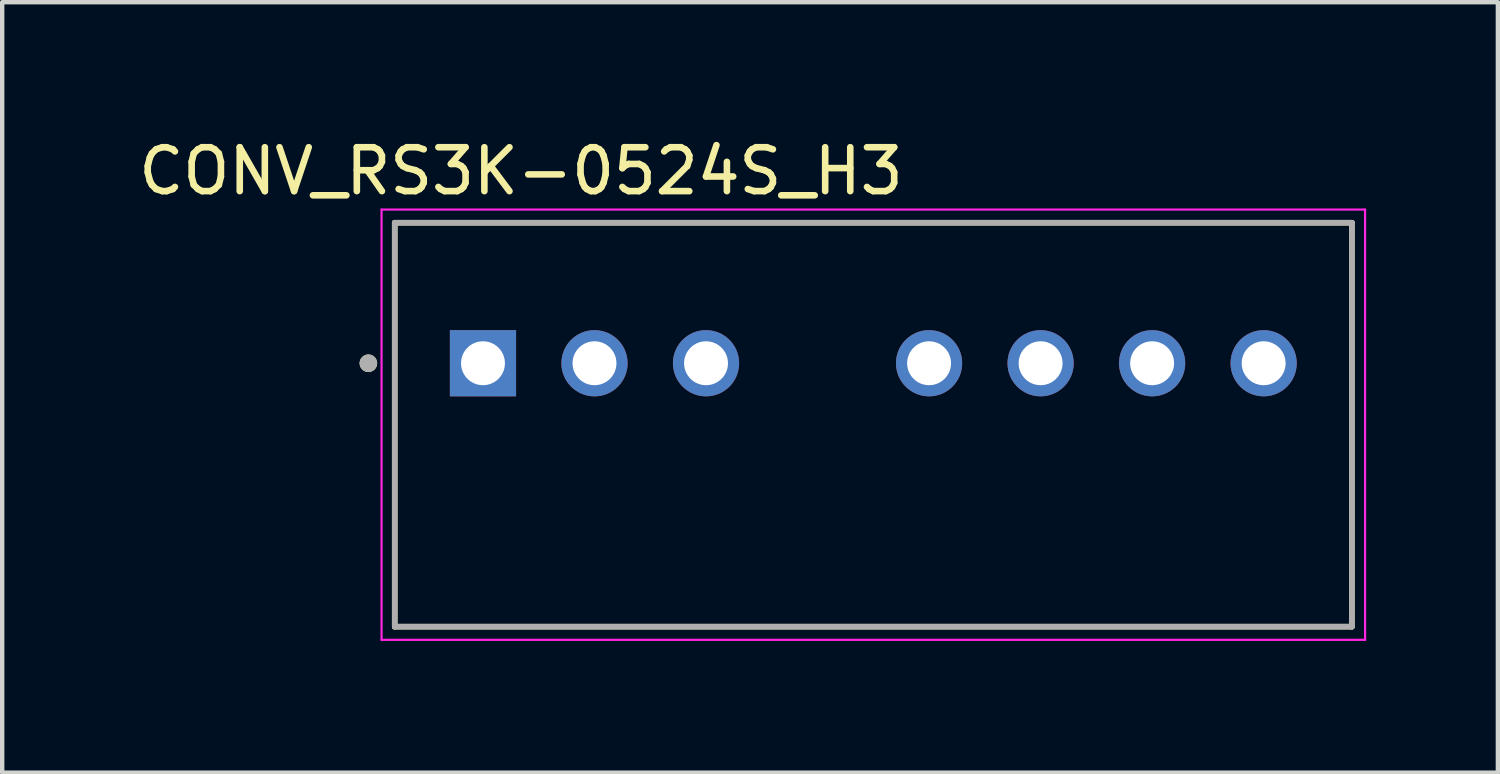
<source format=kicad_pcb>
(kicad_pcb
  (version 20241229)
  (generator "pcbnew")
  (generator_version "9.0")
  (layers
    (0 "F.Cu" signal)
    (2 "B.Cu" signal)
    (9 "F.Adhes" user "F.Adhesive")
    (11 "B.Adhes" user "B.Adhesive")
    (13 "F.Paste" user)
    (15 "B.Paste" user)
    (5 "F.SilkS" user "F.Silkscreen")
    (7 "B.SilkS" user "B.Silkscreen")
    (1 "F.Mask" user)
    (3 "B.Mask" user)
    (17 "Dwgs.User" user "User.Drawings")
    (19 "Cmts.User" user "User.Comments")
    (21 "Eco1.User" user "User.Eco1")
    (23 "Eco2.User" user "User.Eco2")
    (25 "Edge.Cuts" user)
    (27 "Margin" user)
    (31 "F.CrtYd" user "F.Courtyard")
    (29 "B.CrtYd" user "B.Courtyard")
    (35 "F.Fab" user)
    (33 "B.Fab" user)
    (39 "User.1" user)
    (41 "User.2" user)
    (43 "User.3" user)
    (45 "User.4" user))
  (footprint "CONV_RS3K-0524S_H3"
    (layer "F.Cu")
    (at 16.84 6.623)
    (property "Reference" "CONV_RS3K-0524S_H3" (at -8.025 -5.775 0) (layer "F.SilkS") (effects (font (size 1 1) (thickness 0.15))))
    (attr through_hole)
    (fp_line (start -10.9 -4.6) (end -10.9 4.6) (stroke (width 0.127) (type solid)) (layer "F.SilkS"))
    (fp_line (start -10.9 4.6) (end 10.9 4.6) (stroke (width 0.127) (type solid)) (layer "F.SilkS"))
    (fp_line (start 10.9 -4.6) (end -10.9 -4.6) (stroke (width 0.127) (type solid)) (layer "F.SilkS"))
    (fp_line (start 10.9 4.6) (end 10.9 -4.6) (stroke (width 0.127) (type solid)) (layer "F.SilkS"))
    (fp_circle (center -11.5 -1.4) (end -11.4 -1.4) (stroke (width 0.2) (type solid)) (fill no) (layer "F.SilkS"))
    (fp_line (start -11.2 -4.9) (end -11.2 4.9) (stroke (width 0.05) (type solid)) (layer "F.CrtYd"))
    (fp_line (start -11.2 4.9) (end 11.2 4.9) (stroke (width 0.05) (type solid)) (layer "F.CrtYd"))
    (fp_line (start 11.2 -4.9) (end -11.2 -4.9) (stroke (width 0.05) (type solid)) (layer "F.CrtYd"))
    (fp_line (start 11.2 4.9) (end 11.2 -4.9) (stroke (width 0.05) (type solid)) (layer "F.CrtYd"))
    (fp_line (start -10.9 -4.6) (end -10.9 4.6) (stroke (width 0.127) (type solid)) (layer "F.Fab"))
    (fp_line (start -10.9 4.6) (end 10.9 4.6) (stroke (width 0.127) (type solid)) (layer "F.Fab"))
    (fp_line (start 10.9 -4.6) (end -10.9 -4.6) (stroke (width 0.127) (type solid)) (layer "F.Fab"))
    (fp_line (start 10.9 4.6) (end 10.9 -4.6) (stroke (width 0.127) (type solid)) (layer "F.Fab"))
    (fp_circle (center -11.5 -1.4) (end -11.4 -1.4) (stroke (width 0.2) (type solid)) (fill no) (layer "F.Fab"))
    (pad "1" thru_hole rect (at -8.89 -1.4) (size 1.508 1.508) (drill 1) (layers "*.Cu" "*.Mask"))
    (pad "2" thru_hole circle (at -6.35 -1.4) (size 1.508 1.508) (drill 1) (layers "*.Cu" "*.Mask"))
    (pad "3" thru_hole circle (at -3.81 -1.4) (size 1.508 1.508) (drill 1) (layers "*.Cu" "*.Mask"))
    (pad "5" thru_hole circle (at 1.27 -1.4) (size 1.508 1.508) (drill 1) (layers "*.Cu" "*.Mask"))
    (pad "6" thru_hole circle (at 3.81 -1.4) (size 1.508 1.508) (drill 1) (layers "*.Cu" "*.Mask"))
    (pad "7" thru_hole circle (at 6.35 -1.4) (size 1.508 1.508) (drill 1) (layers "*.Cu" "*.Mask"))
    (pad "8" thru_hole circle (at 8.89 -1.4) (size 1.508 1.508) (drill 1) (layers "*.Cu" "*.Mask")))
  (gr_rect
    (start -3 -3)
    (end 31.065 14.548)
    (stroke (width 0.1) (type default))
    (fill no)
    (layer "Edge.Cuts")))
</source>
